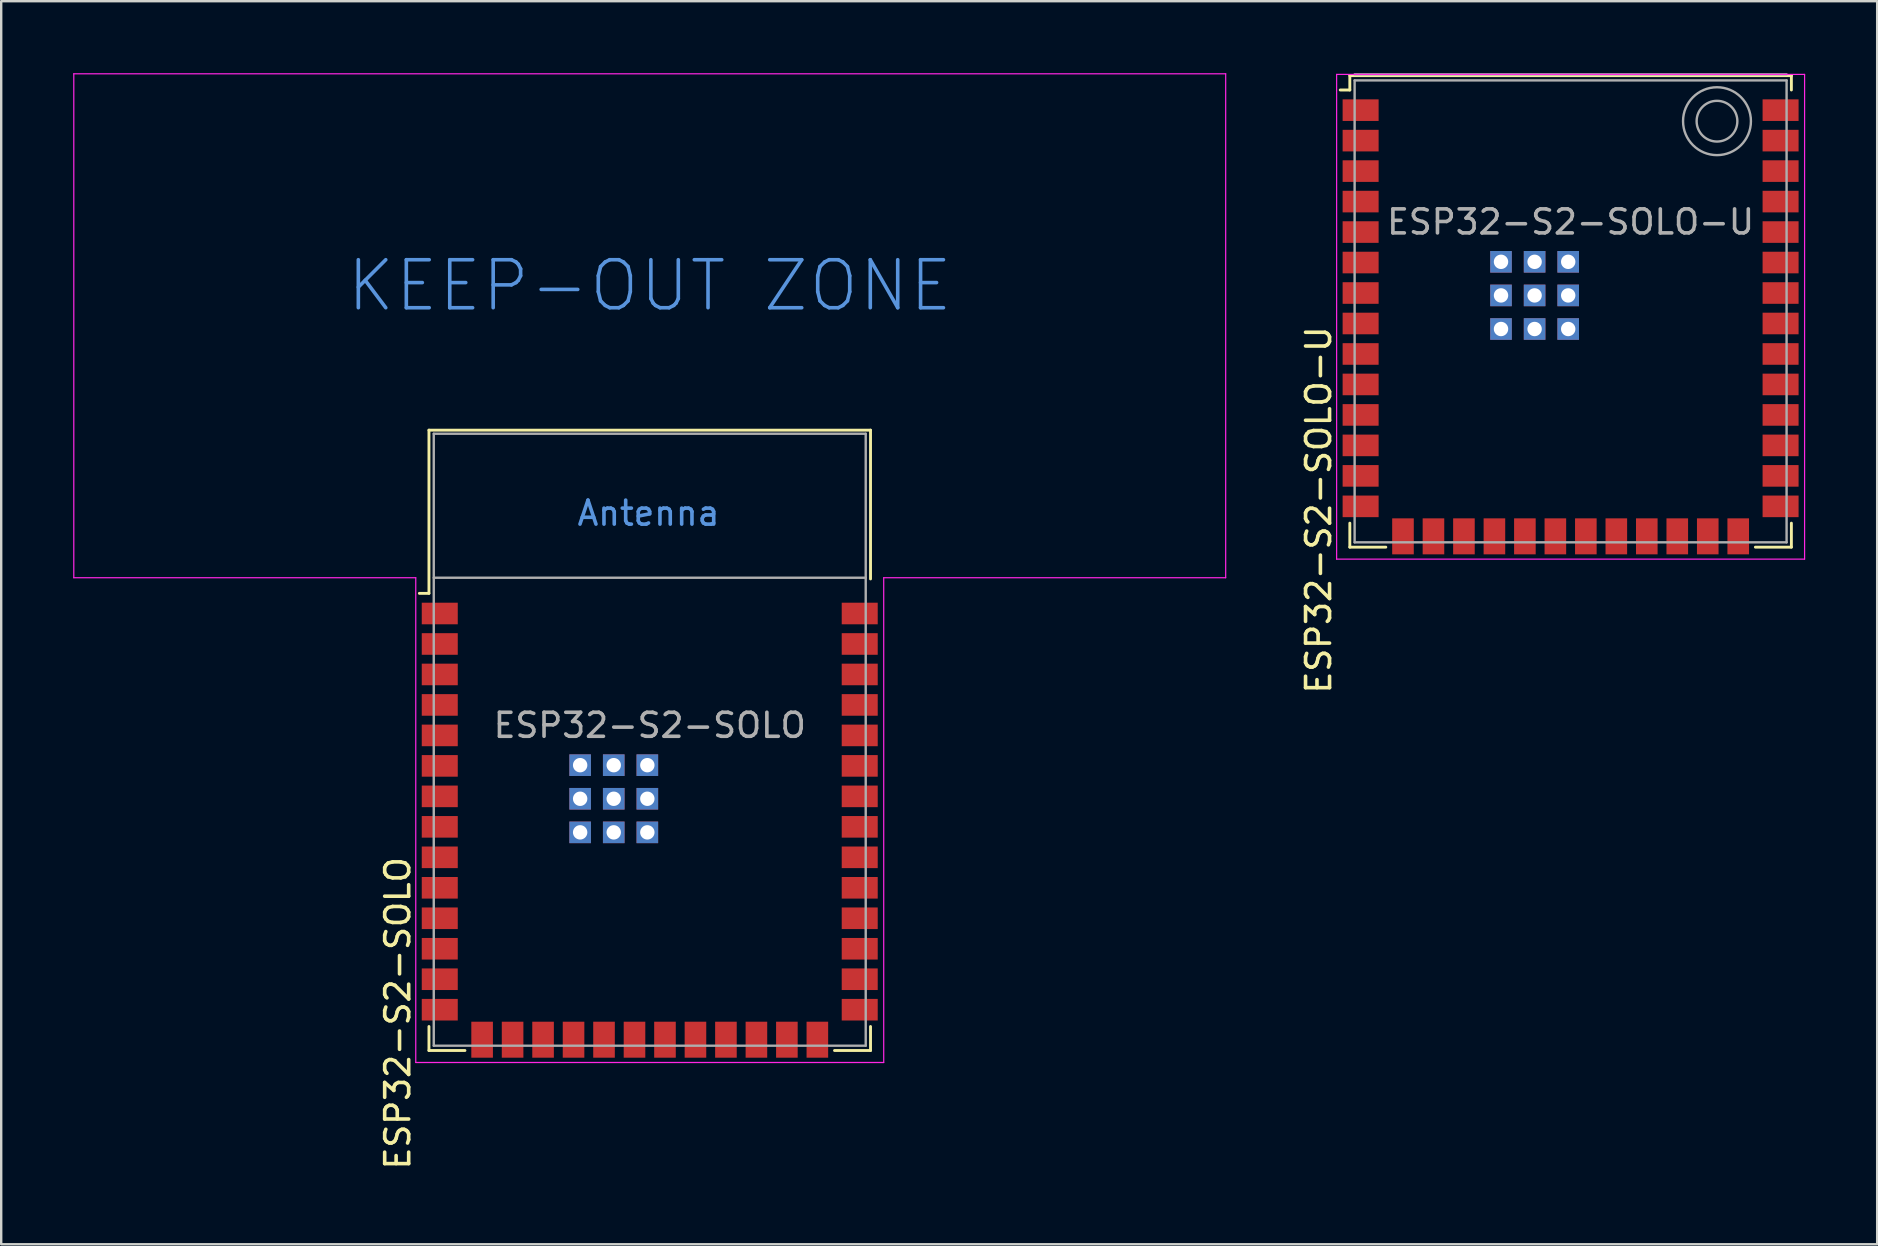
<source format=kicad_pcb>
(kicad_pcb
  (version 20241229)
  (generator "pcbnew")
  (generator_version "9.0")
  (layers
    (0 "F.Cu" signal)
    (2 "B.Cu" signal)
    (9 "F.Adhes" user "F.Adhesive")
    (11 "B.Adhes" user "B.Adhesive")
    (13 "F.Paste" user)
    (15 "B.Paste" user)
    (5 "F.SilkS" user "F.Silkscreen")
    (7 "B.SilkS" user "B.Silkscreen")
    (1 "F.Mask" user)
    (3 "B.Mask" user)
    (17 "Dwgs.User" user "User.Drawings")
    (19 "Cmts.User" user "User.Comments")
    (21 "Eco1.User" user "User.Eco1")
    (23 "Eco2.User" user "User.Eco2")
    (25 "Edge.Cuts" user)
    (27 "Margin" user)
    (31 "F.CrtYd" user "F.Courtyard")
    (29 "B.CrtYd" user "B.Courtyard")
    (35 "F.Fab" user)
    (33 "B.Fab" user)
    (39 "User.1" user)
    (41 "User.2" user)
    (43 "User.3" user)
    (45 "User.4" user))
  (footprint "ESP32-S2-SOLO"
    (layer "F.Cu")
    (at 24.025 27.775)
    (property "Reference" "ESP32-S2-SOLO" (at -10.5 11.4 90) (unlocked yes) (layer "F.SilkS") (effects (font (size 1 1) (thickness 0.15))))
    (attr smd)
    (fp_line (start -9.2 -12.9) (end 9.2 -12.9) (stroke (width 0.12) (type solid)) (layer "F.SilkS"))
    (fp_line (start -9.2 -6.1) (end -9.6 -6.1) (stroke (width 0.12) (type solid)) (layer "F.SilkS"))
    (fp_line (start -9.2 -6.1) (end -9.2 -12.9) (stroke (width 0.12) (type solid)) (layer "F.SilkS"))
    (fp_line (start -9.2 11.95) (end -9.2 12.95) (stroke (width 0.12) (type solid)) (layer "F.SilkS"))
    (fp_line (start -9.2 12.95) (end -7.7 12.95) (stroke (width 0.12) (type solid)) (layer "F.SilkS"))
    (fp_line (start 9.2 -12.9) (end 9.2 -6.7) (stroke (width 0.12) (type solid)) (layer "F.SilkS"))
    (fp_line (start 9.2 12.95) (end 7.7 12.95) (stroke (width 0.12) (type solid)) (layer "F.SilkS"))
    (fp_line (start 9.2 12.95) (end 9.2 11.95) (stroke (width 0.12) (type solid)) (layer "F.SilkS"))
    (fp_line (start -24 -27.75) (end -24 -6.75) (stroke (width 0.05) (type solid)) (layer "F.CrtYd"))
    (fp_line (start -24 -6.75) (end -9.75 -6.75) (stroke (width 0.05) (type solid)) (layer "F.CrtYd"))
    (fp_line (start -9.75 13.45) (end -9.75 -6.75) (stroke (width 0.05) (type solid)) (layer "F.CrtYd"))
    (fp_line (start -9.75 13.45) (end 9.75 13.45) (stroke (width 0.05) (type solid)) (layer "F.CrtYd"))
    (fp_line (start 9.75 -6.75) (end 9.75 13.45) (stroke (width 0.05) (type solid)) (layer "F.CrtYd"))
    (fp_line (start 9.75 -6.75) (end 24 -6.75) (stroke (width 0.05) (type solid)) (layer "F.CrtYd"))
    (fp_line (start 24 -27.75) (end -24 -27.75) (stroke (width 0.05) (type solid)) (layer "F.CrtYd"))
    (fp_line (start 24 -6.75) (end 24 -27.75) (stroke (width 0.05) (type solid)) (layer "F.CrtYd"))
    (fp_line (start -9 -12.75) (end 9 -12.75) (stroke (width 0.1) (type solid)) (layer "F.Fab"))
    (fp_line (start -9 -6.75) (end 9 -6.75) (stroke (width 0.1) (type solid)) (layer "F.Fab"))
    (fp_line (start -9 12.75) (end -9 -12.75) (stroke (width 0.1) (type solid)) (layer "F.Fab"))
    (fp_line (start -9 12.75) (end 9 12.75) (stroke (width 0.1) (type solid)) (layer "F.Fab"))
    (fp_line (start 9 12.75) (end 9 -12.75) (stroke (width 0.1) (type solid)) (layer "F.Fab"))
    (fp_text user "Antenna" (at -0.05 -9.44 0) (layer "Cmts.User") (effects (font (size 1 1) (thickness 0.15))))
    (fp_text user "KEEP-OUT ZONE" (at 0 -18.92 0) (layer "Cmts.User") (effects (font (size 2 2) (thickness 0.15))))
    (fp_text user "${REFERENCE}" (at 0 -0.6 0) (unlocked yes) (layer "F.Fab") (effects (font (size 1 1) (thickness 0.15))))
    (pad "" smd rect (at -2.9 1.06) (size 0.9 0.9) (layers "F.Paste"))
    (pad "" smd rect (at -2.9 2.46 270) (size 0.9 0.9) (layers "F.Paste"))
    (pad "" smd rect (at -2.9 3.86) (size 0.9 0.9) (layers "F.Paste"))
    (pad "" smd rect (at -1.5 1.06 270) (size 0.9 0.9) (layers "F.Paste"))
    (pad "" smd rect (at -1.5 2.46 270) (size 0.9 0.9) (layers "F.Paste"))
    (pad "" smd rect (at -1.5 3.86 270) (size 0.9 0.9) (layers "F.Paste"))
    (pad "" smd rect (at -0.1 1.06 270) (size 0.9 0.9) (layers "F.Paste"))
    (pad "" smd rect (at -0.1 2.46 270) (size 0.9 0.9) (layers "F.Paste"))
    (pad "" smd rect (at -0.1 3.86 270) (size 0.9 0.9) (layers "F.Paste"))
    (pad "1" smd rect (at -8.75 -5.26) (size 1.5 0.9) (layers "F.Cu" "F.Mask" "F.Paste"))
    (pad "2" smd rect (at -8.75 -3.99) (size 1.5 0.9) (layers "F.Cu" "F.Mask" "F.Paste"))
    (pad "3" smd rect (at -8.75 -2.72) (size 1.5 0.9) (layers "F.Cu" "F.Mask" "F.Paste"))
    (pad "4" smd rect (at -8.75 -1.45) (size 1.5 0.9) (layers "F.Cu" "F.Mask" "F.Paste"))
    (pad "5" smd rect (at -8.75 -0.18) (size 1.5 0.9) (layers "F.Cu" "F.Mask" "F.Paste"))
    (pad "6" smd rect (at -8.75 1.09) (size 1.5 0.9) (layers "F.Cu" "F.Mask" "F.Paste"))
    (pad "7" smd rect (at -8.75 2.36) (size 1.5 0.9) (layers "F.Cu" "F.Mask" "F.Paste"))
    (pad "8" smd rect (at -8.75 3.63) (size 1.5 0.9) (layers "F.Cu" "F.Mask" "F.Paste"))
    (pad "9" smd rect (at -8.75 4.9) (size 1.5 0.9) (layers "F.Cu" "F.Mask" "F.Paste"))
    (pad "10" smd rect (at -8.75 6.17) (size 1.5 0.9) (layers "F.Cu" "F.Mask" "F.Paste"))
    (pad "11" smd rect (at -8.75 7.44) (size 1.5 0.9) (layers "F.Cu" "F.Mask" "F.Paste"))
    (pad "12" smd rect (at -8.75 8.71) (size 1.5 0.9) (layers "F.Cu" "F.Mask" "F.Paste"))
    (pad "13" smd rect (at -8.75 9.98) (size 1.5 0.9) (layers "F.Cu" "F.Mask" "F.Paste"))
    (pad "14" smd rect (at -8.75 11.25 180) (size 1.5 0.9) (layers "F.Cu" "F.Mask" "F.Paste"))
    (pad "15" smd rect (at -6.985 12.5 270) (size 1.5 0.9) (layers "F.Cu" "F.Mask" "F.Paste"))
    (pad "16" smd rect (at -5.715 12.5 270) (size 1.5 0.9) (layers "F.Cu" "F.Mask" "F.Paste"))
    (pad "17" smd rect (at -4.445 12.5 270) (size 1.5 0.9) (layers "F.Cu" "F.Mask" "F.Paste"))
    (pad "18" smd rect (at -3.175 12.5 270) (size 1.5 0.9) (layers "F.Cu" "F.Mask" "F.Paste"))
    (pad "19" smd rect (at -1.905 12.5 270) (size 1.5 0.9) (layers "F.Cu" "F.Mask" "F.Paste"))
    (pad "20" smd rect (at -0.635 12.5 270) (size 1.5 0.9) (layers "F.Cu" "F.Mask" "F.Paste"))
    (pad "21" smd rect (at 0.635 12.5 270) (size 1.5 0.9) (layers "F.Cu" "F.Mask" "F.Paste"))
    (pad "22" smd rect (at 1.905 12.5 270) (size 1.5 0.9) (layers "F.Cu" "F.Mask" "F.Paste"))
    (pad "23" smd rect (at 3.175 12.5 270) (size 1.5 0.9) (layers "F.Cu" "F.Mask" "F.Paste"))
    (pad "24" smd rect (at 4.445 12.5 270) (size 1.5 0.9) (layers "F.Cu" "F.Mask" "F.Paste"))
    (pad "25" smd rect (at 5.715 12.5 270) (size 1.5 0.9) (layers "F.Cu" "F.Mask" "F.Paste"))
    (pad "26" smd rect (at 6.985 12.5 270) (size 1.5 0.9) (layers "F.Cu" "F.Mask" "F.Paste"))
    (pad "27" smd rect (at 8.75 11.25) (size 1.5 0.9) (layers "F.Cu" "F.Mask" "F.Paste"))
    (pad "28" smd rect (at 8.75 9.98) (size 1.5 0.9) (layers "F.Cu" "F.Mask" "F.Paste"))
    (pad "29" smd rect (at 8.75 8.71) (size 1.5 0.9) (layers "F.Cu" "F.Mask" "F.Paste"))
    (pad "30" smd rect (at 8.75 7.44) (size 1.5 0.9) (layers "F.Cu" "F.Mask" "F.Paste"))
    (pad "31" smd rect (at 8.75 6.17) (size 1.5 0.9) (layers "F.Cu" "F.Mask" "F.Paste"))
    (pad "32" smd rect (at 8.75 4.9) (size 1.5 0.9) (layers "F.Cu" "F.Mask" "F.Paste"))
    (pad "33" smd rect (at 8.75 3.63) (size 1.5 0.9) (layers "F.Cu" "F.Mask" "F.Paste"))
    (pad "34" smd rect (at 8.75 2.36) (size 1.5 0.9) (layers "F.Cu" "F.Mask" "F.Paste"))
    (pad "35" smd rect (at 8.75 1.09) (size 1.5 0.9) (layers "F.Cu" "F.Mask" "F.Paste"))
    (pad "36" smd rect (at 8.75 -0.18) (size 1.5 0.9) (layers "F.Cu" "F.Mask" "F.Paste"))
    (pad "37" smd rect (at 8.75 -1.45) (size 1.5 0.9) (layers "F.Cu" "F.Mask" "F.Paste"))
    (pad "38" smd rect (at 8.75 -2.72) (size 1.5 0.9) (layers "F.Cu" "F.Mask" "F.Paste"))
    (pad "39" smd rect (at 8.75 -3.99) (size 1.5 0.9) (layers "F.Cu" "F.Mask" "F.Paste"))
    (pad "40" smd rect (at 8.75 -5.26) (size 1.5 0.9) (layers "F.Cu" "F.Mask" "F.Paste"))
    (pad "41" thru_hole rect (at -2.9 1.06) (size 0.9 0.9) (drill 0.6) (property pad_prop_heatsink) (layers "*.Cu" "*.Mask"))
    (pad "41" thru_hole rect (at -2.9 2.46) (size 0.9 0.9) (drill 0.6) (property pad_prop_heatsink) (layers "*.Cu" "*.Mask"))
    (pad "41" thru_hole rect (at -2.9 3.86) (size 0.9 0.9) (drill 0.6) (property pad_prop_heatsink) (layers "*.Cu" "*.Mask"))
    (pad "41" thru_hole rect (at -1.5 1.06) (size 0.9 0.9) (drill 0.6) (property pad_prop_heatsink) (layers "*.Cu" "*.Mask"))
    (pad "41" thru_hole rect (at -1.5 2.46) (size 0.9 0.9) (drill 0.6) (property pad_prop_heatsink) (layers "*.Cu" "*.Mask"))
    (pad "41" thru_hole rect (at -1.5 3.86) (size 0.9 0.9) (drill 0.6) (property pad_prop_heatsink) (layers "*.Cu" "*.Mask"))
    (pad "41" thru_hole rect (at -0.1 1.06) (size 0.9 0.9) (drill 0.6) (property pad_prop_heatsink) (layers "*.Cu" "*.Mask"))
    (pad "41" thru_hole rect (at -0.1 2.46) (size 0.9 0.9) (drill 0.6) (property pad_prop_heatsink) (layers "*.Cu" "*.Mask"))
    (pad "41" thru_hole rect (at -0.1 3.86) (size 0.9 0.9) (drill 0.6) (property pad_prop_heatsink) (layers "*.Cu" "*.Mask"))
    (zone (net_name "") (layers "F.Cu" "B.Cu") (hatch full 0.508) (connect_pads) (min_thickness 0.254) (filled_areas_thickness no) (keepout (tracks not_allowed) (vias not_allowed) (pads not_allowed) (copperpour not_allowed) (footprints not_allowed)) (placement (enabled no)) (fill) (polygon (pts (xy 0.025 21.025) (xy 48.025 21.025) (xy 48.025 0.025) (xy 0.025 0.025)))))
  (footprint "ESP32-S2-SOLO-U"
    (layer "F.Cu")
    (at 62.398 6.8)
    (property "Reference" "ESP32-S2-SOLO-U" (at -10.5 11.4 90) (unlocked yes) (layer "F.SilkS") (effects (font (size 1 1) (thickness 0.15))))
    (attr smd)
    (fp_line (start -9.2 -6.7) (end 9.2 -6.7) (stroke (width 0.12) (type solid)) (layer "F.SilkS"))
    (fp_line (start -9.2 -6.1) (end -9.6 -6.1) (stroke (width 0.12) (type solid)) (layer "F.SilkS"))
    (fp_line (start -9.2 -6.1) (end -9.2 -6.7) (stroke (width 0.12) (type solid)) (layer "F.SilkS"))
    (fp_line (start -9.2 11.95) (end -9.2 12.95) (stroke (width 0.12) (type solid)) (layer "F.SilkS"))
    (fp_line (start -9.2 12.95) (end -7.7 12.95) (stroke (width 0.12) (type solid)) (layer "F.SilkS"))
    (fp_line (start 9.2 -6.1) (end 9.2 -6.7) (stroke (width 0.12) (type solid)) (layer "F.SilkS"))
    (fp_line (start 9.2 12.95) (end 7.7 12.95) (stroke (width 0.12) (type solid)) (layer "F.SilkS"))
    (fp_line (start 9.2 12.95) (end 9.2 11.95) (stroke (width 0.12) (type solid)) (layer "F.SilkS"))
    (fp_line (start -9.75 13.45) (end -9.75 -6.75) (stroke (width 0.05) (type solid)) (layer "F.CrtYd"))
    (fp_line (start -9.75 13.45) (end 9.75 13.45) (stroke (width 0.05) (type solid)) (layer "F.CrtYd"))
    (fp_line (start 9.75 -6.75) (end -9.75 -6.75) (stroke (width 0.05) (type solid)) (layer "F.CrtYd"))
    (fp_line (start 9.75 -6.75) (end 9.75 13.45) (stroke (width 0.05) (type solid)) (layer "F.CrtYd"))
    (fp_line (start -9 -6.75) (end 9 -6.75) (stroke (width 0.1) (type solid)) (layer "F.Fab"))
    (fp_line (start -9 -6.5) (end 9 -6.5) (stroke (width 0.1) (type solid)) (layer "F.Fab"))
    (fp_line (start -9 12.75) (end -9 -6.5) (stroke (width 0.1) (type solid)) (layer "F.Fab"))
    (fp_line (start -9 12.75) (end 9 12.75) (stroke (width 0.1) (type solid)) (layer "F.Fab"))
    (fp_line (start 9 12.75) (end 9 -6.5) (stroke (width 0.1) (type solid)) (layer "F.Fab"))
    (fp_circle (center 6.1 -4.8) (end 6.7 -4.2) (stroke (width 0.1) (type solid)) (fill no) (layer "F.Fab"))
    (fp_circle (center 6.1 -4.8) (end 7.1 -3.8) (stroke (width 0.1) (type solid)) (fill no) (layer "F.Fab"))
    (fp_text user "${REFERENCE}" (at 0 -0.6 0) (unlocked yes) (layer "F.Fab") (effects (font (size 1 1) (thickness 0.15))))
    (pad "" smd rect (at -2.9 1.06) (size 0.9 0.9) (layers "F.Paste"))
    (pad "" smd rect (at -2.9 2.46 270) (size 0.9 0.9) (layers "F.Paste"))
    (pad "" smd rect (at -2.9 3.86) (size 0.9 0.9) (layers "F.Paste"))
    (pad "" smd rect (at -1.5 1.06 270) (size 0.9 0.9) (layers "F.Paste"))
    (pad "" smd rect (at -1.5 2.46 270) (size 0.9 0.9) (layers "F.Paste"))
    (pad "" smd rect (at -1.5 3.86 270) (size 0.9 0.9) (layers "F.Paste"))
    (pad "" smd rect (at -0.1 1.06 270) (size 0.9 0.9) (layers "F.Paste"))
    (pad "" smd rect (at -0.1 2.46 270) (size 0.9 0.9) (layers "F.Paste"))
    (pad "" smd rect (at -0.1 3.86 270) (size 0.9 0.9) (layers "F.Paste"))
    (pad "1" smd rect (at -8.75 -5.26) (size 1.5 0.9) (layers "F.Cu" "F.Mask" "F.Paste"))
    (pad "2" smd rect (at -8.75 -3.99) (size 1.5 0.9) (layers "F.Cu" "F.Mask" "F.Paste"))
    (pad "3" smd rect (at -8.75 -2.72) (size 1.5 0.9) (layers "F.Cu" "F.Mask" "F.Paste"))
    (pad "4" smd rect (at -8.75 -1.45) (size 1.5 0.9) (layers "F.Cu" "F.Mask" "F.Paste"))
    (pad "5" smd rect (at -8.75 -0.18) (size 1.5 0.9) (layers "F.Cu" "F.Mask" "F.Paste"))
    (pad "6" smd rect (at -8.75 1.09) (size 1.5 0.9) (layers "F.Cu" "F.Mask" "F.Paste"))
    (pad "7" smd rect (at -8.75 2.36) (size 1.5 0.9) (layers "F.Cu" "F.Mask" "F.Paste"))
    (pad "8" smd rect (at -8.75 3.63) (size 1.5 0.9) (layers "F.Cu" "F.Mask" "F.Paste"))
    (pad "9" smd rect (at -8.75 4.9) (size 1.5 0.9) (layers "F.Cu" "F.Mask" "F.Paste"))
    (pad "10" smd rect (at -8.75 6.17) (size 1.5 0.9) (layers "F.Cu" "F.Mask" "F.Paste"))
    (pad "11" smd rect (at -8.75 7.44) (size 1.5 0.9) (layers "F.Cu" "F.Mask" "F.Paste"))
    (pad "12" smd rect (at -8.75 8.71) (size 1.5 0.9) (layers "F.Cu" "F.Mask" "F.Paste"))
    (pad "13" smd rect (at -8.75 9.98) (size 1.5 0.9) (layers "F.Cu" "F.Mask" "F.Paste"))
    (pad "14" smd rect (at -8.75 11.25 180) (size 1.5 0.9) (layers "F.Cu" "F.Mask" "F.Paste"))
    (pad "15" smd rect (at -6.985 12.5 270) (size 1.5 0.9) (layers "F.Cu" "F.Mask" "F.Paste"))
    (pad "16" smd rect (at -5.715 12.5 270) (size 1.5 0.9) (layers "F.Cu" "F.Mask" "F.Paste"))
    (pad "17" smd rect (at -4.445 12.5 270) (size 1.5 0.9) (layers "F.Cu" "F.Mask" "F.Paste"))
    (pad "18" smd rect (at -3.175 12.5 270) (size 1.5 0.9) (layers "F.Cu" "F.Mask" "F.Paste"))
    (pad "19" smd rect (at -1.905 12.5 270) (size 1.5 0.9) (layers "F.Cu" "F.Mask" "F.Paste"))
    (pad "20" smd rect (at -0.635 12.5 270) (size 1.5 0.9) (layers "F.Cu" "F.Mask" "F.Paste"))
    (pad "21" smd rect (at 0.635 12.5 270) (size 1.5 0.9) (layers "F.Cu" "F.Mask" "F.Paste"))
    (pad "22" smd rect (at 1.905 12.5 270) (size 1.5 0.9) (layers "F.Cu" "F.Mask" "F.Paste"))
    (pad "23" smd rect (at 3.175 12.5 270) (size 1.5 0.9) (layers "F.Cu" "F.Mask" "F.Paste"))
    (pad "24" smd rect (at 4.445 12.5 270) (size 1.5 0.9) (layers "F.Cu" "F.Mask" "F.Paste"))
    (pad "25" smd rect (at 5.715 12.5 270) (size 1.5 0.9) (layers "F.Cu" "F.Mask" "F.Paste"))
    (pad "26" smd rect (at 6.985 12.5 270) (size 1.5 0.9) (layers "F.Cu" "F.Mask" "F.Paste"))
    (pad "27" smd rect (at 8.75 11.25) (size 1.5 0.9) (layers "F.Cu" "F.Mask" "F.Paste"))
    (pad "28" smd rect (at 8.75 9.98) (size 1.5 0.9) (layers "F.Cu" "F.Mask" "F.Paste"))
    (pad "29" smd rect (at 8.75 8.71) (size 1.5 0.9) (layers "F.Cu" "F.Mask" "F.Paste"))
    (pad "30" smd rect (at 8.75 7.44) (size 1.5 0.9) (layers "F.Cu" "F.Mask" "F.Paste"))
    (pad "31" smd rect (at 8.75 6.17) (size 1.5 0.9) (layers "F.Cu" "F.Mask" "F.Paste"))
    (pad "32" smd rect (at 8.75 4.9) (size 1.5 0.9) (layers "F.Cu" "F.Mask" "F.Paste"))
    (pad "33" smd rect (at 8.75 3.63) (size 1.5 0.9) (layers "F.Cu" "F.Mask" "F.Paste"))
    (pad "34" smd rect (at 8.75 2.36) (size 1.5 0.9) (layers "F.Cu" "F.Mask" "F.Paste"))
    (pad "35" smd rect (at 8.75 1.09) (size 1.5 0.9) (layers "F.Cu" "F.Mask" "F.Paste"))
    (pad "36" smd rect (at 8.75 -0.18) (size 1.5 0.9) (layers "F.Cu" "F.Mask" "F.Paste"))
    (pad "37" smd rect (at 8.75 -1.45) (size 1.5 0.9) (layers "F.Cu" "F.Mask" "F.Paste"))
    (pad "38" smd rect (at 8.75 -2.72) (size 1.5 0.9) (layers "F.Cu" "F.Mask" "F.Paste"))
    (pad "39" smd rect (at 8.75 -3.99) (size 1.5 0.9) (layers "F.Cu" "F.Mask" "F.Paste"))
    (pad "40" smd rect (at 8.75 -5.26) (size 1.5 0.9) (layers "F.Cu" "F.Mask" "F.Paste"))
    (pad "41" thru_hole rect (at -2.9 1.06) (size 0.9 0.9) (drill 0.6) (property pad_prop_heatsink) (layers "*.Cu" "*.Mask"))
    (pad "41" thru_hole rect (at -2.9 2.46) (size 0.9 0.9) (drill 0.6) (property pad_prop_heatsink) (layers "*.Cu" "*.Mask"))
    (pad "41" thru_hole rect (at -2.9 3.86) (size 0.9 0.9) (drill 0.6) (property pad_prop_heatsink) (layers "*.Cu" "*.Mask"))
    (pad "41" thru_hole rect (at -1.5 1.06) (size 0.9 0.9) (drill 0.6) (property pad_prop_heatsink) (layers "*.Cu" "*.Mask"))
    (pad "41" thru_hole rect (at -1.5 2.46) (size 0.9 0.9) (drill 0.6) (property pad_prop_heatsink) (layers "*.Cu" "*.Mask"))
    (pad "41" thru_hole rect (at -1.5 3.86) (size 0.9 0.9) (drill 0.6) (property pad_prop_heatsink) (layers "*.Cu" "*.Mask"))
    (pad "41" thru_hole rect (at -0.1 1.06) (size 0.9 0.9) (drill 0.6) (property pad_prop_heatsink) (layers "*.Cu" "*.Mask"))
    (pad "41" thru_hole rect (at -0.1 2.46) (size 0.9 0.9) (drill 0.6) (property pad_prop_heatsink) (layers "*.Cu" "*.Mask"))
    (pad "41" thru_hole rect (at -0.1 3.86) (size 0.9 0.9) (drill 0.6) (property pad_prop_heatsink) (layers "*.Cu" "*.Mask")))
  (gr_rect
    (start -3 -3)
    (end 75.173 48.8)
    (stroke (width 0.1) (type default))
    (fill no)
    (layer "Edge.Cuts")))
</source>
